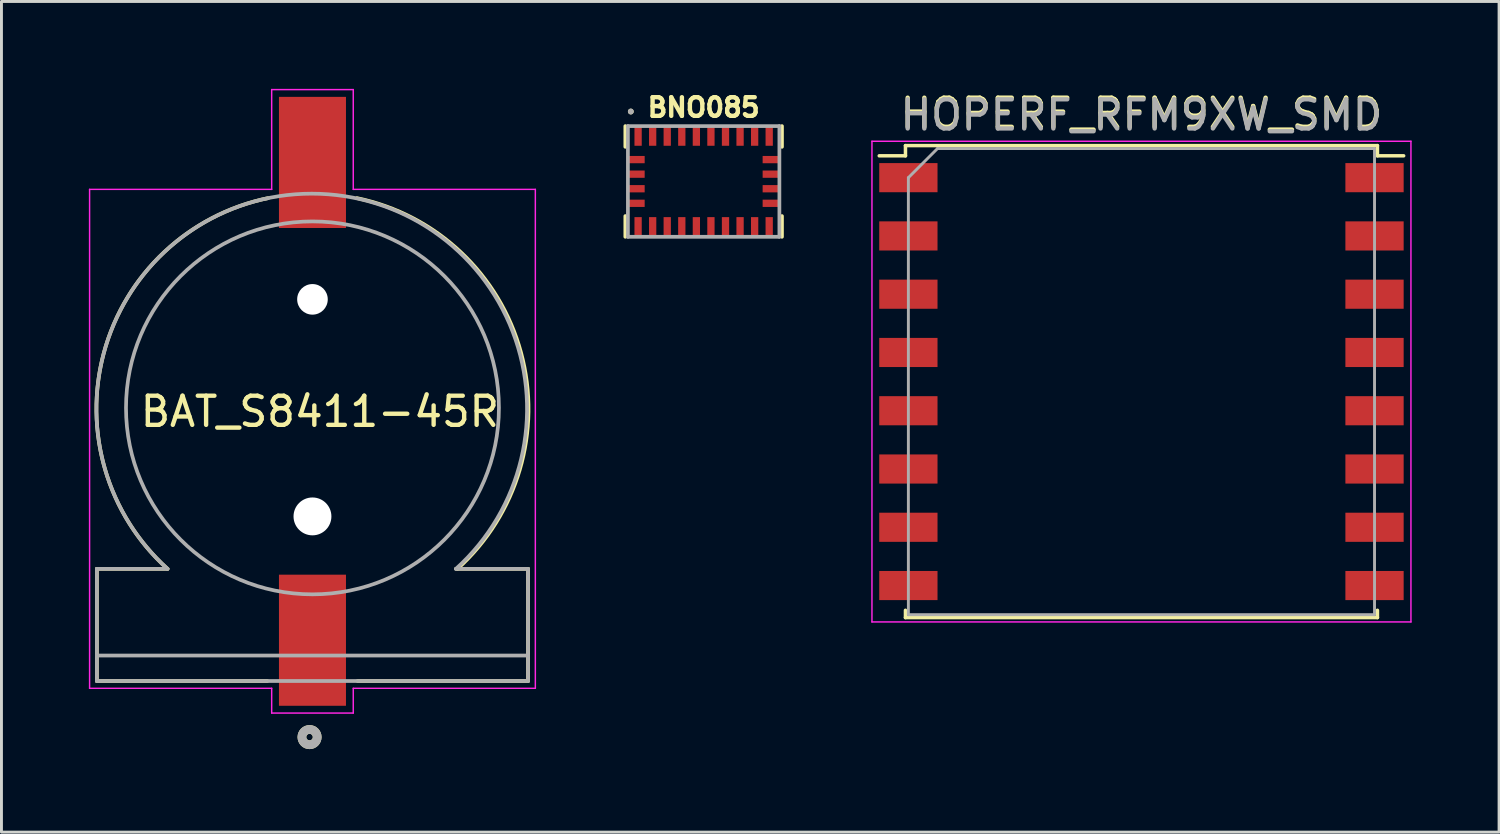
<source format=kicad_pcb>
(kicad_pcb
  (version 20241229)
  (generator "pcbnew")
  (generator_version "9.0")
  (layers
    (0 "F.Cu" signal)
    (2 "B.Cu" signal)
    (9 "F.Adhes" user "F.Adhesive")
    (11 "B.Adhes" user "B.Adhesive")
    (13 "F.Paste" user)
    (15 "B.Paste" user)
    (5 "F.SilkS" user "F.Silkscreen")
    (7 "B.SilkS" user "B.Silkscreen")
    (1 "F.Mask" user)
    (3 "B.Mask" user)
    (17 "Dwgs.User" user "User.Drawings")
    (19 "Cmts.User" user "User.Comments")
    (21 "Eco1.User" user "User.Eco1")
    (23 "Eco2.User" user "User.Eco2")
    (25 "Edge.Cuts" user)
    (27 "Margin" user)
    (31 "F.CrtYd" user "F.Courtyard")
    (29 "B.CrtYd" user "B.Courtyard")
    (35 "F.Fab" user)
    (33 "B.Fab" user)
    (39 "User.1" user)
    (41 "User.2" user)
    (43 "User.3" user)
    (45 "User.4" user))
  (footprint "HOPERF_RFM9XW_SMD"
    (layer "F.Cu")
    (at 36.129 10.048)
    (property "Reference" "HOPERF_RFM9XW_SMD" (at 0 -9.2 0) (layer "F.SilkS") (effects (font (size 1 1) (thickness 0.15))))
    (attr smd)
    (fp_line (start -8.1 -8.1) (end -8.1 -7.75) (stroke (width 0.12) (type solid)) (layer "F.SilkS"))
    (fp_line (start -8.1 -8.1) (end 8.1 -8.1) (stroke (width 0.12) (type solid)) (layer "F.SilkS"))
    (fp_line (start -8.1 -7.75) (end -9 -7.75) (stroke (width 0.12) (type solid)) (layer "F.SilkS"))
    (fp_line (start -8.1 7.85) (end -8.1 8.1) (stroke (width 0.12) (type solid)) (layer "F.SilkS"))
    (fp_line (start -8.1 8.1) (end 8.1 8.1) (stroke (width 0.12) (type solid)) (layer "F.SilkS"))
    (fp_line (start 8.1 -8.1) (end 8.1 -7.75) (stroke (width 0.12) (type solid)) (layer "F.SilkS"))
    (fp_line (start 8.1 -7.75) (end 9 -7.75) (stroke (width 0.12) (type solid)) (layer "F.SilkS"))
    (fp_line (start 8.1 8.1) (end 8.1 7.85) (stroke (width 0.12) (type solid)) (layer "F.SilkS"))
    (fp_line (start -9.25 -8.25) (end 9.25 -8.25) (stroke (width 0.05) (type solid)) (layer "F.CrtYd"))
    (fp_line (start -9.25 8.25) (end -9.25 -8.25) (stroke (width 0.05) (type solid)) (layer "F.CrtYd"))
    (fp_line (start -9.25 8.25) (end 9.25 8.25) (stroke (width 0.05) (type solid)) (layer "F.CrtYd"))
    (fp_line (start 9.25 -8.25) (end 9.25 8.25) (stroke (width 0.05) (type solid)) (layer "F.CrtYd"))
    (fp_line (start -8 8) (end -8 -7) (stroke (width 0.1) (type solid)) (layer "F.Fab"))
    (fp_line (start -8 8) (end 8 8) (stroke (width 0.1) (type solid)) (layer "F.Fab"))
    (fp_line (start -7 -8) (end -8 -7) (stroke (width 0.1) (type solid)) (layer "F.Fab"))
    (fp_line (start -7 -8) (end 8 -8) (stroke (width 0.1) (type solid)) (layer "F.Fab"))
    (fp_line (start 8 8) (end 8 -8) (stroke (width 0.1) (type solid)) (layer "F.Fab"))
    (fp_text user "${REFERENCE}" (at 0 -9.144 0) (layer "F.Fab") (effects (font (size 1 1) (thickness 0.15))))
    (pad "1" smd rect (at -8 -7) (size 2 1) (layers "F.Cu" "F.Mask" "F.Paste"))
    (pad "2" smd rect (at -8 -5) (size 2 1) (layers "F.Cu" "F.Mask" "F.Paste"))
    (pad "3" smd rect (at -8 -3) (size 2 1) (layers "F.Cu" "F.Mask" "F.Paste"))
    (pad "4" smd rect (at -8 -1) (size 2 1) (layers "F.Cu" "F.Mask" "F.Paste"))
    (pad "5" smd rect (at -8 1) (size 2 1) (layers "F.Cu" "F.Mask" "F.Paste"))
    (pad "6" smd rect (at -8 3) (size 2 1) (layers "F.Cu" "F.Mask" "F.Paste"))
    (pad "7" smd rect (at -8 5) (size 2 1) (layers "F.Cu" "F.Mask" "F.Paste"))
    (pad "8" smd rect (at -8 7) (size 2 1) (layers "F.Cu" "F.Mask" "F.Paste"))
    (pad "9" smd rect (at 8 7) (size 2 1) (layers "F.Cu" "F.Mask" "F.Paste"))
    (pad "10" smd rect (at 8 5) (size 2 1) (layers "F.Cu" "F.Mask" "F.Paste"))
    (pad "11" smd rect (at 8 3) (size 2 1) (layers "F.Cu" "F.Mask" "F.Paste"))
    (pad "12" smd rect (at 8 1) (size 2 1) (layers "F.Cu" "F.Mask" "F.Paste"))
    (pad "13" smd rect (at 8 -1) (size 2 1) (layers "F.Cu" "F.Mask" "F.Paste"))
    (pad "14" smd rect (at 8 -3) (size 2 1) (layers "F.Cu" "F.Mask" "F.Paste"))
    (pad "15" smd rect (at 8 -5) (size 2 1) (layers "F.Cu" "F.Mask" "F.Paste"))
    (pad "16" smd rect (at 8 -7) (size 2 1) (layers "F.Cu" "F.Mask" "F.Paste")))
  (footprint "BNO085"
    (layer "F.Cu")
    (at 21.102 3.178)
    (property "Reference" "BNO085" (at 0 -2.54 0) (layer "F.SilkS") (effects (font (size 0.64 0.64) (thickness 0.15))))
    (attr through_hole)
    (fp_line (start -2.688 -1.9) (end -2.688 -1.188) (stroke (width 0.127) (type solid)) (layer "F.SilkS"))
    (fp_line (start -2.688 1.9) (end -2.688 1.188) (stroke (width 0.127) (type solid)) (layer "F.SilkS"))
    (fp_line (start 2.688 -1.9) (end 2.688 -1.188) (stroke (width 0.127) (type solid)) (layer "F.SilkS"))
    (fp_line (start 2.688 1.9) (end 2.688 1.188) (stroke (width 0.127) (type solid)) (layer "F.SilkS"))
    (fp_circle (center -2.5 -2.4) (end -2.45 -2.4) (stroke (width 0.1) (type solid)) (fill no) (layer "F.SilkS"))
    (fp_line (start -2.6 -1.9) (end 2.6 -1.9) (stroke (width 0.127) (type solid)) (layer "F.Fab"))
    (fp_line (start -2.6 1.9) (end -2.6 -1.9) (stroke (width 0.127) (type solid)) (layer "F.Fab"))
    (fp_line (start 2.6 -1.9) (end 2.6 1.9) (stroke (width 0.127) (type solid)) (layer "F.Fab"))
    (fp_line (start 2.6 1.9) (end -2.6 1.9) (stroke (width 0.127) (type solid)) (layer "F.Fab"))
    (fp_circle (center -2.5 -2.4) (end -2.45 -2.4) (stroke (width 0.1) (type solid)) (fill no) (layer "F.Fab"))
    (pad "1" smd rect (at -2.25 -1.562 90) (size 0.675 0.25) (layers "F.Cu" "F.Mask" "F.Paste"))
    (pad "2" smd rect (at -2.312 -0.75) (size 0.575 0.25) (layers "F.Cu" "F.Mask" "F.Paste"))
    (pad "3" smd rect (at -2.312 -0.25) (size 0.575 0.25) (layers "F.Cu" "F.Mask" "F.Paste"))
    (pad "4" smd rect (at -2.312 0.25) (size 0.575 0.25) (layers "F.Cu" "F.Mask" "F.Paste"))
    (pad "5" smd rect (at -2.312 0.75) (size 0.575 0.25) (layers "F.Cu" "F.Mask" "F.Paste"))
    (pad "6" smd rect (at -2.25 1.562 270) (size 0.675 0.25) (layers "F.Cu" "F.Mask" "F.Paste"))
    (pad "7" smd rect (at -1.75 1.562 270) (size 0.675 0.25) (layers "F.Cu" "F.Mask" "F.Paste"))
    (pad "8" smd rect (at -1.25 1.562 270) (size 0.675 0.25) (layers "F.Cu" "F.Mask" "F.Paste"))
    (pad "9" smd rect (at -0.75 1.562 270) (size 0.675 0.25) (layers "F.Cu" "F.Mask" "F.Paste"))
    (pad "10" smd rect (at -0.25 1.562 270) (size 0.675 0.25) (layers "F.Cu" "F.Mask" "F.Paste"))
    (pad "11" smd rect (at 0.25 1.562 270) (size 0.675 0.25) (layers "F.Cu" "F.Mask" "F.Paste"))
    (pad "12" smd rect (at 0.75 1.562 270) (size 0.675 0.25) (layers "F.Cu" "F.Mask" "F.Paste"))
    (pad "13" smd rect (at 1.25 1.562 270) (size 0.675 0.25) (layers "F.Cu" "F.Mask" "F.Paste"))
    (pad "14" smd rect (at 1.75 1.562 270) (size 0.675 0.25) (layers "F.Cu" "F.Mask" "F.Paste"))
    (pad "15" smd rect (at 2.25 1.562 270) (size 0.675 0.25) (layers "F.Cu" "F.Mask" "F.Paste"))
    (pad "16" smd rect (at 2.312 0.75 180) (size 0.575 0.25) (layers "F.Cu" "F.Mask" "F.Paste"))
    (pad "17" smd rect (at 2.312 0.25 180) (size 0.575 0.25) (layers "F.Cu" "F.Mask" "F.Paste"))
    (pad "18" smd rect (at 2.312 -0.25 180) (size 0.575 0.25) (layers "F.Cu" "F.Mask" "F.Paste"))
    (pad "19" smd rect (at 2.312 -0.75 180) (size 0.575 0.25) (layers "F.Cu" "F.Mask" "F.Paste"))
    (pad "20" smd rect (at 2.25 -1.562 90) (size 0.675 0.25) (layers "F.Cu" "F.Mask" "F.Paste"))
    (pad "21" smd rect (at 1.75 -1.562 90) (size 0.675 0.25) (layers "F.Cu" "F.Mask" "F.Paste"))
    (pad "22" smd rect (at 1.25 -1.562 90) (size 0.675 0.25) (layers "F.Cu" "F.Mask" "F.Paste"))
    (pad "23" smd rect (at 0.75 -1.562 90) (size 0.675 0.25) (layers "F.Cu" "F.Mask" "F.Paste"))
    (pad "24" smd rect (at 0.25 -1.562 90) (size 0.675 0.25) (layers "F.Cu" "F.Mask" "F.Paste"))
    (pad "25" smd rect (at -0.25 -1.562 90) (size 0.675 0.25) (layers "F.Cu" "F.Mask" "F.Paste"))
    (pad "26" smd rect (at -0.75 -1.562 90) (size 0.675 0.25) (layers "F.Cu" "F.Mask" "F.Paste"))
    (pad "27" smd rect (at -1.25 -1.562 90) (size 0.675 0.25) (layers "F.Cu" "F.Mask" "F.Paste"))
    (pad "28" smd rect (at -1.75 -1.562 90) (size 0.675 0.25) (layers "F.Cu" "F.Mask" "F.Paste")))
  (footprint "BAT_S8411-45R"
    (layer "F.Cu")
    (at 7.675 10.95)
    (property "Reference" "BAT_S8411-45R" (at 0.254 0.127 180) (layer "F.SilkS") (effects (font (size 1 1) (thickness 0.15))))
    (attr through_hole)
    (fp_line (start -7.4 5.525) (end -4.975 5.525) (stroke (width 0.127) (type solid)) (layer "F.SilkS"))
    (fp_line (start -7.4 9.375) (end -7.4 5.525) (stroke (width 0.127) (type solid)) (layer "F.SilkS"))
    (fp_line (start -7.4 9.375) (end -1.55 9.375) (stroke (width 0.127) (type solid)) (layer "F.SilkS"))
    (fp_line (start 4.925 5.525) (end 7.4 5.525) (stroke (width 0.127) (type solid)) (layer "F.SilkS"))
    (fp_line (start 7.4 5.525) (end 7.4 9.375) (stroke (width 0.127) (type solid)) (layer "F.SilkS"))
    (fp_line (start 7.4 9.375) (end 1.55 9.375) (stroke (width 0.127) (type solid)) (layer "F.SilkS"))
    (fp_arc (start -4.975 5.525) (mid -7.158498 -1.897172) (end -1.524999 -7.200001) (stroke (width 0.127) (type solid)) (layer "F.SilkS"))
    (fp_arc (start 1.524999 -7.200001) (mid 7.158498 -1.897172) (end 4.975 5.525) (stroke (width 0.127) (type solid)) (layer "F.SilkS"))
    (fp_circle (center -0.1 11.3) (end 0.012 11.3) (stroke (width 0.3) (type solid)) (fill no) (layer "F.SilkS"))
    (fp_line (start -7.65 -7.5) (end -1.4 -7.5) (stroke (width 0.05) (type solid)) (layer "F.CrtYd"))
    (fp_line (start -7.65 9.625) (end -7.65 -7.5) (stroke (width 0.05) (type solid)) (layer "F.CrtYd"))
    (fp_line (start -1.4 -10.925) (end 1.4 -10.925) (stroke (width 0.05) (type solid)) (layer "F.CrtYd"))
    (fp_line (start -1.4 -7.5) (end -1.4 -10.925) (stroke (width 0.05) (type solid)) (layer "F.CrtYd"))
    (fp_line (start -1.4 9.625) (end -7.65 9.625) (stroke (width 0.05) (type solid)) (layer "F.CrtYd"))
    (fp_line (start -1.4 10.475) (end -1.4 9.625) (stroke (width 0.05) (type solid)) (layer "F.CrtYd"))
    (fp_line (start 1.4 -10.925) (end 1.4 -7.5) (stroke (width 0.05) (type solid)) (layer "F.CrtYd"))
    (fp_line (start 1.4 -7.5) (end 7.65 -7.5) (stroke (width 0.05) (type solid)) (layer "F.CrtYd"))
    (fp_line (start 1.4 9.625) (end 1.4 10.475) (stroke (width 0.05) (type solid)) (layer "F.CrtYd"))
    (fp_line (start 1.4 10.475) (end -1.4 10.475) (stroke (width 0.05) (type solid)) (layer "F.CrtYd"))
    (fp_line (start 7.65 -7.5) (end 7.65 9.625) (stroke (width 0.05) (type solid)) (layer "F.CrtYd"))
    (fp_line (start 7.65 9.625) (end 1.4 9.625) (stroke (width 0.05) (type solid)) (layer "F.CrtYd"))
    (fp_line (start -7.4 5.525) (end -4.975 5.525) (stroke (width 0.127) (type solid)) (layer "F.Fab"))
    (fp_line (start -7.4 8.5) (end -7.4 5.525) (stroke (width 0.127) (type solid)) (layer "F.Fab"))
    (fp_line (start -7.4 9.375) (end -7.4 8.5) (stroke (width 0.127) (type solid)) (layer "F.Fab"))
    (fp_line (start 4.925 5.525) (end 7.4 5.525) (stroke (width 0.127) (type solid)) (layer "F.Fab"))
    (fp_line (start 7.4 5.525) (end 7.4 8.5) (stroke (width 0.127) (type solid)) (layer "F.Fab"))
    (fp_line (start 7.4 8.5) (end -7.4 8.5) (stroke (width 0.127) (type solid)) (layer "F.Fab"))
    (fp_line (start 7.4 8.5) (end 7.4 9.375) (stroke (width 0.127) (type solid)) (layer "F.Fab"))
    (fp_line (start 7.4 9.375) (end -7.4 9.375) (stroke (width 0.127) (type solid)) (layer "F.Fab"))
    (fp_arc (start -4.975 5.525) (mid -0.025 -7.352721) (end 4.925 5.525) (stroke (width 0.127) (type solid)) (layer "F.Fab"))
    (fp_circle (center -0.1 11.3) (end 0.012 11.3) (stroke (width 0.3) (type solid)) (fill no) (layer "F.Fab"))
    (fp_circle (center 0 0) (end 6.4 0) (stroke (width 0.127) (type solid)) (fill no) (layer "F.Fab"))
    (pad "" np_thru_hole circle (at 0 -3.725) (size 1.05 1.05) (drill 1.05) (layers "*.Cu" "*.Mask"))
    (pad "" np_thru_hole circle (at 0 3.725) (size 1.3 1.3) (drill 1.3) (layers "*.Cu" "*.Mask"))
    (pad "N" smd rect (at 0 -8.425 90) (size 4.5 2.3) (layers "F.Cu" "F.Mask" "F.Paste"))
    (pad "P" smd rect (at 0 7.975 90) (size 4.5 2.3) (layers "F.Cu" "F.Mask" "F.Paste")))
  (gr_rect
    (start -3 -3)
    (end 48.404 25.512)
    (stroke (width 0.1) (type default))
    (fill no)
    (layer "Edge.Cuts")))
</source>
